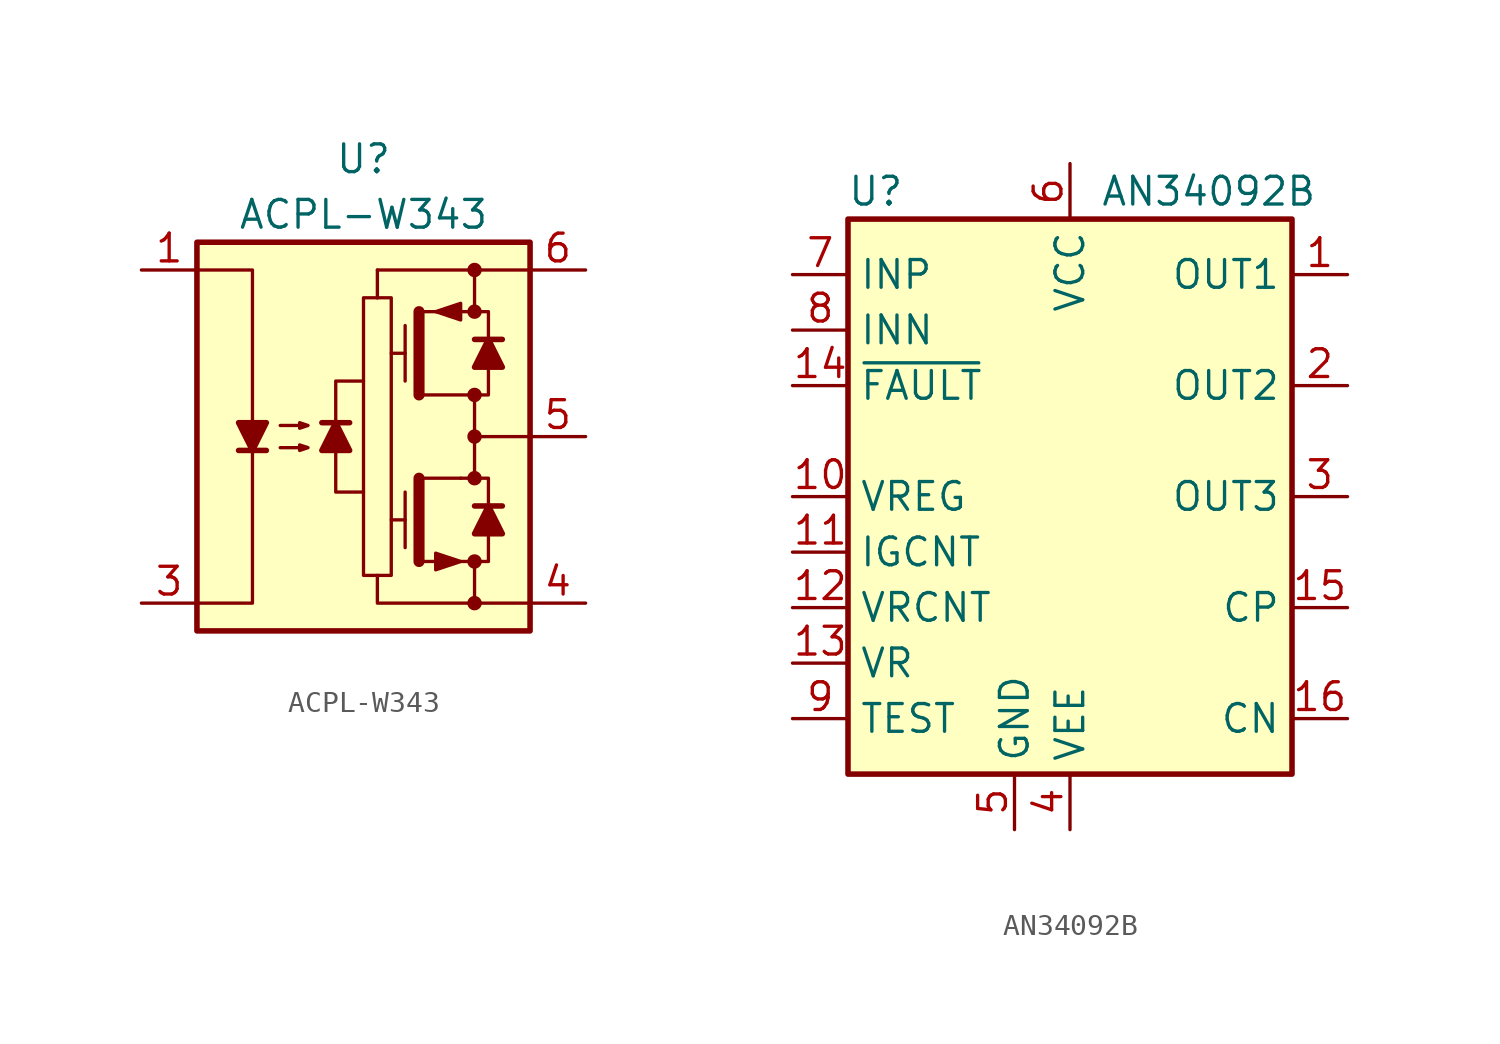
<source format=kicad_sym>
(kicad_symbol_lib
  (version 20201005)
  (generator kicad_symbol_editor)
  (symbol "Driver_FET:ACPL-W343"
    (pin_names hide)
    (property "Reference" "U"
      (at 0 12.7 0)
      (effects (font (size 1.27 1.27))))
    (property "Value" "ACPL-W343"
      (at 0 10.16 0)
      (effects (font (size 1.27 1.27))))
    (symbol "ACPL-W343_0_1"
      (circle (center 5.08 -7.62) (radius 0.254) (stroke (width 0)) (fill (type outline)))
      (circle (center 5.08 -5.715) (radius 0.254) (stroke (width 0)) (fill (type outline)))
      (circle (center 5.08 -1.905) (radius 0.254) (stroke (width 0)) (fill (type outline)))
      (circle (center 5.08 0) (radius 0.254) (stroke (width 0)) (fill (type outline)))
      (circle (center 5.08 1.905) (radius 0.254) (stroke (width 0)) (fill (type outline)))
      (circle (center 5.08 5.715) (radius 0.254) (stroke (width 0)) (fill (type outline)))
      (circle (center 5.08 7.62) (radius 0.254) (stroke (width 0)) (fill (type outline)))
      (rectangle (start -7.62 8.89) (end 7.62 -8.89) (stroke (width 0.254)) (fill (type background)))
      (rectangle (start 0.635 6.35) (end 0.635 6.35) (stroke (width 0)) (fill (type none)))
      (rectangle (start 0.635 6.35) (end 0.635 7.62) (stroke (width 0)) (fill (type none)))
      (polyline (pts (xy -5.715 -0.635) (xy -4.445 -0.635)) (stroke (width 0.254)) (fill (type none)))
      (polyline (pts (xy -0.635 0.635) (xy -1.905 0.635)) (stroke (width 0.254)) (fill (type none)))
      (polyline (pts (xy 1.27 -3.81) (xy 1.905 -3.81)) (stroke (width 0)) (fill (type none)))
      (polyline (pts (xy 1.27 3.81) (xy 1.905 3.81)) (stroke (width 0)) (fill (type none)))
      (polyline (pts (xy 1.905 -5.08) (xy 1.905 -2.54)) (stroke (width 0)) (fill (type none)))
      (polyline (pts (xy 1.905 2.54) (xy 1.905 5.08)) (stroke (width 0)) (fill (type none)))
      (polyline (pts (xy 2.54 -5.715) (xy 2.54 -1.905)) (stroke (width 0.508)) (fill (type none)))
      (polyline (pts (xy 2.54 1.905) (xy 2.54 5.715)) (stroke (width 0.508)) (fill (type none)))
      (polyline (pts (xy 4.445 -1.905) (xy 2.54 -1.905)) (stroke (width 0)) (fill (type none)))
      (polyline (pts (xy 4.445 5.715) (xy 2.54 5.715)) (stroke (width 0)) (fill (type none)))
      (polyline (pts (xy 5.08 -5.715) (xy 5.08 -7.62)) (stroke (width 0)) (fill (type none)))
      (polyline (pts (xy 5.08 0) (xy 7.62 0)) (stroke (width 0)) (fill (type none)))
      (polyline (pts (xy 5.08 1.905) (xy 5.08 -1.905)) (stroke (width 0)) (fill (type none)))
      (polyline (pts (xy 5.08 7.62) (xy 5.08 5.715)) (stroke (width 0)) (fill (type none)))
      (polyline (pts (xy 6.35 -3.175) (xy 5.08 -3.175)) (stroke (width 0.254)) (fill (type none)))
      (polyline (pts (xy 6.35 4.445) (xy 5.08 4.445)) (stroke (width 0.254)) (fill (type none)))
      (polyline (pts (xy 7.62 7.62) (xy 0.635 7.62)) (stroke (width 0)) (fill (type none)))
      (polyline (pts (xy -1.27 -0.635) (xy -1.27 -2.54) (xy 0 -2.54)) (stroke (width 0)) (fill (type none)))
      (polyline (pts (xy -1.27 0.635) (xy -1.27 2.54) (xy 0 2.54)) (stroke (width 0)) (fill (type none)))
      (polyline (pts (xy 0.635 -6.35) (xy 0.635 -7.62) (xy 7.62 -7.62)) (stroke (width 0)) (fill (type none)))
      (polyline (pts (xy 4.445 -1.905) (xy 5.715 -1.905) (xy 5.715 -3.175)) (stroke (width 0)) (fill (type none)))
      (polyline (pts (xy 4.445 5.715) (xy 5.715 5.715) (xy 5.715 4.445)) (stroke (width 0)) (fill (type none)))
      (polyline (pts (xy 5.715 -4.445) (xy 5.715 -5.715) (xy 2.54 -5.715)) (stroke (width 0)) (fill (type none)))
      (polyline (pts (xy 5.715 3.175) (xy 5.715 1.905) (xy 2.54 1.905)) (stroke (width 0)) (fill (type none)))
      (polyline (pts (xy -7.62 7.62) (xy -5.08 7.62) (xy -5.08 -7.62) (xy -7.62 -7.62)) (stroke (width 0)) (fill (type none)))
      (polyline (pts (xy -5.08 -0.635) (xy -5.715 0.635) (xy -4.445 0.635) (xy -5.08 -0.635)) (stroke (width 0.254)) (fill (type outline)))
      (polyline (pts (xy -1.27 0.635) (xy -0.635 -0.635) (xy -1.905 -0.635) (xy -1.27 0.635)) (stroke (width 0.254)) (fill (type outline)))
      (polyline (pts (xy 3.302 5.715) (xy 4.445 6.096) (xy 4.445 5.334) (xy 3.302 5.715)) (stroke (width 0)) (fill (type outline)))
      (polyline (pts (xy 4.445 -5.715) (xy 3.302 -5.334) (xy 3.302 -6.096) (xy 4.445 -5.715)) (stroke (width 0)) (fill (type outline)))
      (polyline (pts (xy 5.715 -3.175) (xy 6.35 -4.445) (xy 5.08 -4.445) (xy 5.715 -3.175)) (stroke (width 0.254)) (fill (type outline)))
      (polyline (pts (xy 5.715 4.445) (xy 6.35 3.175) (xy 5.08 3.175) (xy 5.715 4.445)) (stroke (width 0.254)) (fill (type outline)))
      (polyline (pts (xy -3.81 -0.508) (xy -2.54 -0.508) (xy -2.921 -0.635) (xy -2.921 -0.381) (xy -2.54 -0.508)) (stroke (width 0)) (fill (type none)))
      (polyline (pts (xy -3.81 0.508) (xy -2.54 0.508) (xy -2.921 0.381) (xy -2.921 0.635) (xy -2.54 0.508)) (stroke (width 0)) (fill (type none)))
      (polyline (pts (xy 1.27 6.35) (xy 1.27 -6.35) (xy 0 -6.35) (xy 0 6.35) (xy 1.27 6.35)) (stroke (width 0)) (fill (type none))))
    (symbol "ACPL-W343_1_1"
      (pin passive line (at -10.16 7.62 0) (length 2.54) (name "A" (effects (font (size 1.27 1.27)))) (number "1" (effects (font (size 1.27 1.27)))))
      (pin no_connect line (at -7.62 0 0) (length 2.54) hide (name "NC" (effects (font (size 1.27 1.27)))) (number "2" (effects (font (size 1.27 1.27)))))
      (pin passive line (at -10.16 -7.62 0) (length 2.54) (name "C" (effects (font (size 1.27 1.27)))) (number "3" (effects (font (size 1.27 1.27)))))
      (pin power_in line (at 10.16 -7.62 180) (length 2.54) (name "VEE" (effects (font (size 1.27 1.27)))) (number "4" (effects (font (size 1.27 1.27)))))
      (pin output line (at 10.16 0 180) (length 2.54) (name "VO" (effects (font (size 1.27 1.27)))) (number "5" (effects (font (size 1.27 1.27)))))
      (pin power_in line (at 10.16 7.62 180) (length 2.54) (name "VCC" (effects (font (size 1.27 1.27)))) (number "6" (effects (font (size 1.27 1.27)))))))
  (symbol "Driver_FET:AN34092B"
    (property "Reference" "U"
      (at -8.89 13.97 0)
      (effects (font (size 1.27 1.27))))
    (property "Value" "AN34092B"
      (at 6.35 13.97 0)
      (effects (font (size 1.27 1.27))))
    (symbol "AN34092B_0_1"
      (rectangle (start -10.16 -12.7) (end 10.16 12.7) (stroke (width 0.254)) (fill (type background))))
    (symbol "AN34092B_1_1"
      (pin output line (at 12.7 10.16 180) (length 2.54) (name "OUT1" (effects (font (size 1.27 1.27)))) (number "1" (effects (font (size 1.27 1.27)))))
      (pin passive line (at -12.7 0 0) (length 2.54) (name "VREG" (effects (font (size 1.27 1.27)))) (number "10" (effects (font (size 1.27 1.27)))))
      (pin passive line (at -12.7 -2.54 0) (length 2.54) (name "IGCNT" (effects (font (size 1.27 1.27)))) (number "11" (effects (font (size 1.27 1.27)))))
      (pin passive line (at -12.7 -5.08 0) (length 2.54) (name "VRCNT" (effects (font (size 1.27 1.27)))) (number "12" (effects (font (size 1.27 1.27)))))
      (pin passive line (at -12.7 -7.62 0) (length 2.54) (name "VR" (effects (font (size 1.27 1.27)))) (number "13" (effects (font (size 1.27 1.27)))))
      (pin open_collector line (at -12.7 5.08 0) (length 2.54) (name "~FAULT" (effects (font (size 1.27 1.27)))) (number "14" (effects (font (size 1.27 1.27)))))
      (pin passive line (at 12.7 -5.08 180) (length 2.54) (name "CP" (effects (font (size 1.27 1.27)))) (number "15" (effects (font (size 1.27 1.27)))))
      (pin passive line (at 12.7 -10.16 180) (length 2.54) (name "CN" (effects (font (size 1.27 1.27)))) (number "16" (effects (font (size 1.27 1.27)))))
      (pin passive line (at -2.54 -15.24 90) (length 2.54) hide (name "GND" (effects (font (size 1.27 1.27)))) (number "17" (effects (font (size 1.27 1.27)))))
      (pin output line (at 12.7 5.08 180) (length 2.54) (name "OUT2" (effects (font (size 1.27 1.27)))) (number "2" (effects (font (size 1.27 1.27)))))
      (pin output line (at 12.7 0 180) (length 2.54) (name "OUT3" (effects (font (size 1.27 1.27)))) (number "3" (effects (font (size 1.27 1.27)))))
      (pin power_in line (at 0 -15.24 90) (length 2.54) (name "VEE" (effects (font (size 1.27 1.27)))) (number "4" (effects (font (size 1.27 1.27)))))
      (pin power_in line (at -2.54 -15.24 90) (length 2.54) (name "GND" (effects (font (size 1.27 1.27)))) (number "5" (effects (font (size 1.27 1.27)))))
      (pin power_in line (at 0 15.24 270) (length 2.54) (name "VCC" (effects (font (size 1.27 1.27)))) (number "6" (effects (font (size 1.27 1.27)))))
      (pin input line (at -12.7 10.16 0) (length 2.54) (name "INP" (effects (font (size 1.27 1.27)))) (number "7" (effects (font (size 1.27 1.27)))))
      (pin input line (at -12.7 7.62 0) (length 2.54) (name "INN" (effects (font (size 1.27 1.27)))) (number "8" (effects (font (size 1.27 1.27)))))
      (pin passive line (at -12.7 -10.16 0) (length 2.54) (name "TEST" (effects (font (size 1.27 1.27)))) (number "9" (effects (font (size 1.27 1.27))))))))
</source>
